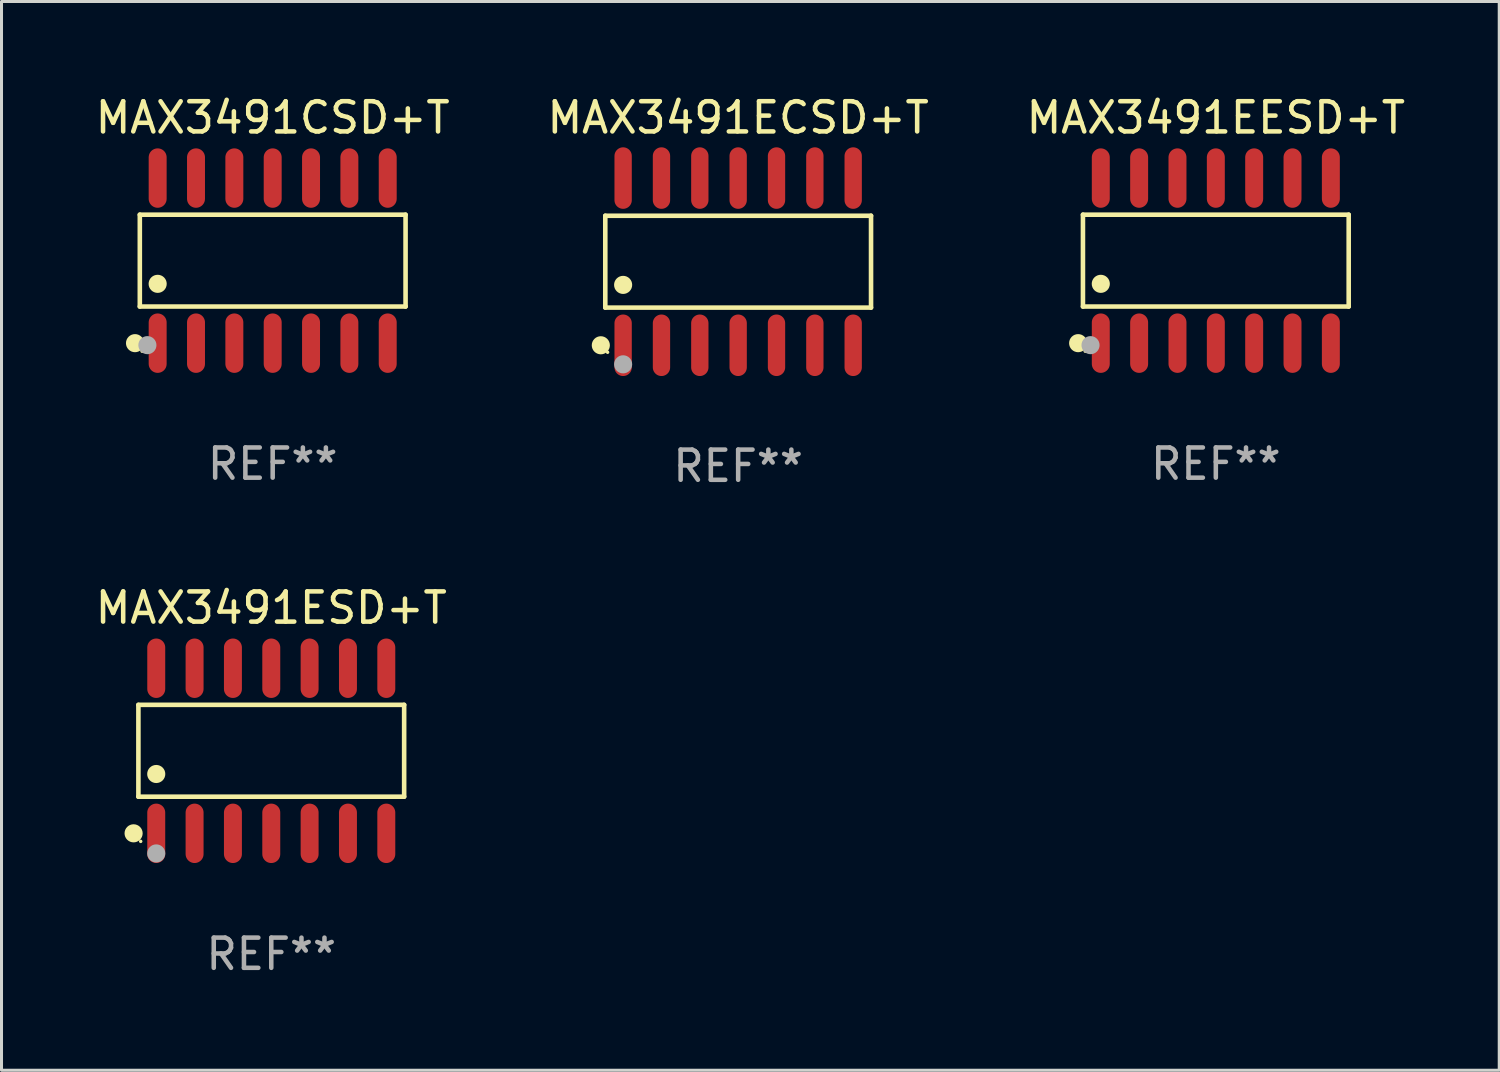
<source format=kicad_pcb>
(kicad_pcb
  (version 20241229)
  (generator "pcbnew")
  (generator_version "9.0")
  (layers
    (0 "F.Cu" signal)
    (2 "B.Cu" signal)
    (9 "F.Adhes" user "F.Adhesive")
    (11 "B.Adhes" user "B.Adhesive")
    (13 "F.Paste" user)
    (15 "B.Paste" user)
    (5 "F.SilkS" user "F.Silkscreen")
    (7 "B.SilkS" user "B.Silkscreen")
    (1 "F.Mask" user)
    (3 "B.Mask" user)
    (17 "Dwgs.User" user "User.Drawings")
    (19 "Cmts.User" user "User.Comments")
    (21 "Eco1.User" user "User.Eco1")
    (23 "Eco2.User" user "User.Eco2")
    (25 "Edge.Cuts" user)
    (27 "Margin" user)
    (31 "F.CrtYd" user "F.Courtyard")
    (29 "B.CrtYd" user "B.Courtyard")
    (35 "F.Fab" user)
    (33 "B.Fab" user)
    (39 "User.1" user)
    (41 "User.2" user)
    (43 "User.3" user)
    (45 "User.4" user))
  (footprint "MAX3491ECSD+T"
    (layer "F.Cu")
    (at 21.399 5.617)
    (property "Reference" "MAX3491ECSD+T" (at 0 -4.769 0) (layer "F.SilkS") (effects (font (size 1 1) (thickness 0.15))))
    (attr through_hole)
    (fp_line (start -4.401 -1.521) (end 4.401 -1.521) (stroke (width 0.152) (type solid)) (layer "F.SilkS"))
    (fp_line (start -4.401 1.521) (end -4.401 -1.521) (stroke (width 0.152) (type solid)) (layer "F.SilkS"))
    (fp_line (start 4.401 -1.521) (end 4.401 1.521) (stroke (width 0.152) (type solid)) (layer "F.SilkS"))
    (fp_line (start 4.401 1.521) (end -4.401 1.521) (stroke (width 0.152) (type solid)) (layer "F.SilkS"))
    (fp_circle (center -4.549 2.769) (end -4.399 2.769) (stroke (width 0.3) (type solid)) (fill no) (layer "F.SilkS"))
    (fp_circle (center -4.325 3) (end -4.295 3) (stroke (width 0.06) (type solid)) (fill no) (layer "F.SilkS"))
    (fp_circle (center -3.81 0.769) (end -3.66 0.769) (stroke (width 0.3) (type solid)) (fill no) (layer "F.SilkS"))
    (fp_circle (center -3.81 3.4) (end -3.66 3.4) (stroke (width 0.3) (type solid)) (fill no) (layer "F.Fab"))
    (fp_text user "REF**" (at 0 6.769 0) (layer "F.Fab") (effects (font (size 1 1) (thickness 0.15))))
    (pad "1" smd oval (at -3.81 2.769) (size 0.574 2.038) (layers "F.Cu" "F.Mask" "F.Paste"))
    (pad "2" smd oval (at -2.54 2.769) (size 0.574 2.038) (layers "F.Cu" "F.Mask" "F.Paste"))
    (pad "3" smd oval (at -1.27 2.769) (size 0.574 2.038) (layers "F.Cu" "F.Mask" "F.Paste"))
    (pad "4" smd oval (at 0 2.769) (size 0.574 2.038) (layers "F.Cu" "F.Mask" "F.Paste"))
    (pad "5" smd oval (at 1.27 2.769) (size 0.574 2.038) (layers "F.Cu" "F.Mask" "F.Paste"))
    (pad "6" smd oval (at 2.54 2.769) (size 0.574 2.038) (layers "F.Cu" "F.Mask" "F.Paste"))
    (pad "7" smd oval (at 3.81 2.769) (size 0.574 2.038) (layers "F.Cu" "F.Mask" "F.Paste"))
    (pad "8" smd oval (at 3.81 -2.769) (size 0.574 2.038) (layers "F.Cu" "F.Mask" "F.Paste"))
    (pad "9" smd oval (at 2.54 -2.769) (size 0.574 2.038) (layers "F.Cu" "F.Mask" "F.Paste"))
    (pad "10" smd oval (at 1.27 -2.769) (size 0.574 2.038) (layers "F.Cu" "F.Mask" "F.Paste"))
    (pad "11" smd oval (at 0 -2.769) (size 0.574 2.038) (layers "F.Cu" "F.Mask" "F.Paste"))
    (pad "12" smd oval (at -1.27 -2.769) (size 0.574 2.038) (layers "F.Cu" "F.Mask" "F.Paste"))
    (pad "13" smd oval (at -2.54 -2.769) (size 0.574 2.038) (layers "F.Cu" "F.Mask" "F.Paste"))
    (pad "14" smd oval (at -3.81 -2.769) (size 0.574 2.038) (layers "F.Cu" "F.Mask" "F.Paste")))
  (footprint "MAX3491ESD+T"
    (layer "F.Cu")
    (at 5.935 21.817)
    (property "Reference" "MAX3491ESD+T" (at 0 -4.734 0) (layer "F.SilkS") (effects (font (size 1 1) (thickness 0.15))))
    (attr through_hole)
    (fp_line (start -4.401 -1.521) (end 4.401 -1.521) (stroke (width 0.152) (type solid)) (layer "F.SilkS"))
    (fp_line (start -4.401 1.521) (end -4.401 -1.521) (stroke (width 0.152) (type solid)) (layer "F.SilkS"))
    (fp_line (start 4.401 -1.521) (end 4.401 1.521) (stroke (width 0.152) (type solid)) (layer "F.SilkS"))
    (fp_line (start 4.401 1.521) (end -4.401 1.521) (stroke (width 0.152) (type solid)) (layer "F.SilkS"))
    (fp_circle (center -4.56 2.734) (end -4.41 2.734) (stroke (width 0.3) (type solid)) (fill no) (layer "F.SilkS"))
    (fp_circle (center -4.325 3) (end -4.295 3) (stroke (width 0.06) (type solid)) (fill no) (layer "F.SilkS"))
    (fp_circle (center -3.81 0.769) (end -3.66 0.769) (stroke (width 0.3) (type solid)) (fill no) (layer "F.SilkS"))
    (fp_circle (center -3.81 3.4) (end -3.66 3.4) (stroke (width 0.3) (type solid)) (fill no) (layer "F.Fab"))
    (fp_text user "REF**" (at 0 6.734 0) (layer "F.Fab") (effects (font (size 1 1) (thickness 0.15))))
    (pad "1" smd oval (at -3.81 2.734) (size 0.595 1.968) (layers "F.Cu" "F.Mask" "F.Paste"))
    (pad "2" smd oval (at -2.54 2.734) (size 0.595 1.968) (layers "F.Cu" "F.Mask" "F.Paste"))
    (pad "3" smd oval (at -1.27 2.734) (size 0.595 1.968) (layers "F.Cu" "F.Mask" "F.Paste"))
    (pad "4" smd oval (at 0 2.734) (size 0.595 1.968) (layers "F.Cu" "F.Mask" "F.Paste"))
    (pad "5" smd oval (at 1.27 2.734) (size 0.595 1.968) (layers "F.Cu" "F.Mask" "F.Paste"))
    (pad "6" smd oval (at 2.54 2.734) (size 0.595 1.968) (layers "F.Cu" "F.Mask" "F.Paste"))
    (pad "7" smd oval (at 3.81 2.734) (size 0.595 1.968) (layers "F.Cu" "F.Mask" "F.Paste"))
    (pad "8" smd oval (at 3.81 -2.734) (size 0.595 1.968) (layers "F.Cu" "F.Mask" "F.Paste"))
    (pad "9" smd oval (at 2.54 -2.734) (size 0.595 1.968) (layers "F.Cu" "F.Mask" "F.Paste"))
    (pad "10" smd oval (at 1.27 -2.734) (size 0.595 1.968) (layers "F.Cu" "F.Mask" "F.Paste"))
    (pad "11" smd oval (at 0 -2.734) (size 0.595 1.968) (layers "F.Cu" "F.Mask" "F.Paste"))
    (pad "12" smd oval (at -1.27 -2.734) (size 0.595 1.968) (layers "F.Cu" "F.Mask" "F.Paste"))
    (pad "13" smd oval (at -2.54 -2.734) (size 0.595 1.968) (layers "F.Cu" "F.Mask" "F.Paste"))
    (pad "14" smd oval (at -3.81 -2.734) (size 0.595 1.968) (layers "F.Cu" "F.Mask" "F.Paste")))
  (footprint "MAX3491EESD+T"
    (layer "F.Cu")
    (at 37.22 5.582)
    (property "Reference" "MAX3491EESD+T" (at 0 -4.734 0) (layer "F.SilkS") (effects (font (size 1 1) (thickness 0.15))))
    (attr through_hole)
    (fp_line (start -4.401 -1.521) (end 4.401 -1.521) (stroke (width 0.152) (type solid)) (layer "F.SilkS"))
    (fp_line (start -4.401 1.521) (end -4.401 -1.521) (stroke (width 0.152) (type solid)) (layer "F.SilkS"))
    (fp_line (start 4.401 -1.521) (end 4.401 1.521) (stroke (width 0.152) (type solid)) (layer "F.SilkS"))
    (fp_line (start 4.401 1.521) (end -4.401 1.521) (stroke (width 0.152) (type solid)) (layer "F.SilkS"))
    (fp_circle (center -4.56 2.734) (end -4.41 2.734) (stroke (width 0.3) (type solid)) (fill no) (layer "F.SilkS"))
    (fp_circle (center -4.325 3) (end -4.295 3) (stroke (width 0.06) (type solid)) (fill no) (layer "F.SilkS"))
    (fp_circle (center -3.81 0.769) (end -3.66 0.769) (stroke (width 0.3) (type solid)) (fill no) (layer "F.SilkS"))
    (fp_circle (center -4.15 2.8) (end -4 2.8) (stroke (width 0.3) (type solid)) (fill no) (layer "F.Fab"))
    (fp_text user "REF**" (at 0 6.734 0) (layer "F.Fab") (effects (font (size 1 1) (thickness 0.15))))
    (pad "1" smd oval (at -3.81 2.734) (size 0.595 1.968) (layers "F.Cu" "F.Mask" "F.Paste"))
    (pad "2" smd oval (at -2.54 2.734) (size 0.595 1.968) (layers "F.Cu" "F.Mask" "F.Paste"))
    (pad "3" smd oval (at -1.27 2.734) (size 0.595 1.968) (layers "F.Cu" "F.Mask" "F.Paste"))
    (pad "4" smd oval (at 0 2.734) (size 0.595 1.968) (layers "F.Cu" "F.Mask" "F.Paste"))
    (pad "5" smd oval (at 1.27 2.734) (size 0.595 1.968) (layers "F.Cu" "F.Mask" "F.Paste"))
    (pad "6" smd oval (at 2.54 2.734) (size 0.595 1.968) (layers "F.Cu" "F.Mask" "F.Paste"))
    (pad "7" smd oval (at 3.81 2.734) (size 0.595 1.968) (layers "F.Cu" "F.Mask" "F.Paste"))
    (pad "8" smd oval (at 3.81 -2.734) (size 0.595 1.968) (layers "F.Cu" "F.Mask" "F.Paste"))
    (pad "9" smd oval (at 2.54 -2.734) (size 0.595 1.968) (layers "F.Cu" "F.Mask" "F.Paste"))
    (pad "10" smd oval (at 1.27 -2.734) (size 0.595 1.968) (layers "F.Cu" "F.Mask" "F.Paste"))
    (pad "11" smd oval (at 0 -2.734) (size 0.595 1.968) (layers "F.Cu" "F.Mask" "F.Paste"))
    (pad "12" smd oval (at -1.27 -2.734) (size 0.595 1.968) (layers "F.Cu" "F.Mask" "F.Paste"))
    (pad "13" smd oval (at -2.54 -2.734) (size 0.595 1.968) (layers "F.Cu" "F.Mask" "F.Paste"))
    (pad "14" smd oval (at -3.81 -2.734) (size 0.595 1.968) (layers "F.Cu" "F.Mask" "F.Paste")))
  (footprint "MAX3491CSD+T"
    (layer "F.Cu")
    (at 5.982 5.582)
    (property "Reference" "MAX3491CSD+T" (at 0 -4.734 0) (layer "F.SilkS") (effects (font (size 1 1) (thickness 0.15))))
    (attr through_hole)
    (fp_line (start -4.401 -1.521) (end 4.401 -1.521) (stroke (width 0.152) (type solid)) (layer "F.SilkS"))
    (fp_line (start -4.401 1.521) (end -4.401 -1.521) (stroke (width 0.152) (type solid)) (layer "F.SilkS"))
    (fp_line (start 4.401 -1.521) (end 4.401 1.521) (stroke (width 0.152) (type solid)) (layer "F.SilkS"))
    (fp_line (start 4.401 1.521) (end -4.401 1.521) (stroke (width 0.152) (type solid)) (layer "F.SilkS"))
    (fp_circle (center -4.56 2.734) (end -4.41 2.734) (stroke (width 0.3) (type solid)) (fill no) (layer "F.SilkS"))
    (fp_circle (center -4.325 3) (end -4.295 3) (stroke (width 0.06) (type solid)) (fill no) (layer "F.SilkS"))
    (fp_circle (center -3.81 0.769) (end -3.66 0.769) (stroke (width 0.3) (type solid)) (fill no) (layer "F.SilkS"))
    (fp_circle (center -4.15 2.8) (end -4 2.8) (stroke (width 0.3) (type solid)) (fill no) (layer "F.Fab"))
    (fp_text user "REF**" (at 0 6.734 0) (layer "F.Fab") (effects (font (size 1 1) (thickness 0.15))))
    (pad "1" smd oval (at -3.81 2.734) (size 0.595 1.968) (layers "F.Cu" "F.Mask" "F.Paste"))
    (pad "2" smd oval (at -2.54 2.734) (size 0.595 1.968) (layers "F.Cu" "F.Mask" "F.Paste"))
    (pad "3" smd oval (at -1.27 2.734) (size 0.595 1.968) (layers "F.Cu" "F.Mask" "F.Paste"))
    (pad "4" smd oval (at 0 2.734) (size 0.595 1.968) (layers "F.Cu" "F.Mask" "F.Paste"))
    (pad "5" smd oval (at 1.27 2.734) (size 0.595 1.968) (layers "F.Cu" "F.Mask" "F.Paste"))
    (pad "6" smd oval (at 2.54 2.734) (size 0.595 1.968) (layers "F.Cu" "F.Mask" "F.Paste"))
    (pad "7" smd oval (at 3.81 2.734) (size 0.595 1.968) (layers "F.Cu" "F.Mask" "F.Paste"))
    (pad "8" smd oval (at 3.81 -2.734) (size 0.595 1.968) (layers "F.Cu" "F.Mask" "F.Paste"))
    (pad "9" smd oval (at 2.54 -2.734) (size 0.595 1.968) (layers "F.Cu" "F.Mask" "F.Paste"))
    (pad "10" smd oval (at 1.27 -2.734) (size 0.595 1.968) (layers "F.Cu" "F.Mask" "F.Paste"))
    (pad "11" smd oval (at 0 -2.734) (size 0.595 1.968) (layers "F.Cu" "F.Mask" "F.Paste"))
    (pad "12" smd oval (at -1.27 -2.734) (size 0.595 1.968) (layers "F.Cu" "F.Mask" "F.Paste"))
    (pad "13" smd oval (at -2.54 -2.734) (size 0.595 1.968) (layers "F.Cu" "F.Mask" "F.Paste"))
    (pad "14" smd oval (at -3.81 -2.734) (size 0.595 1.968) (layers "F.Cu" "F.Mask" "F.Paste")))
  (gr_rect
    (start -3 -3)
    (end 46.607 32.399)
    (stroke (width 0.1) (type default))
    (fill no)
    (layer "Edge.Cuts")))
</source>
